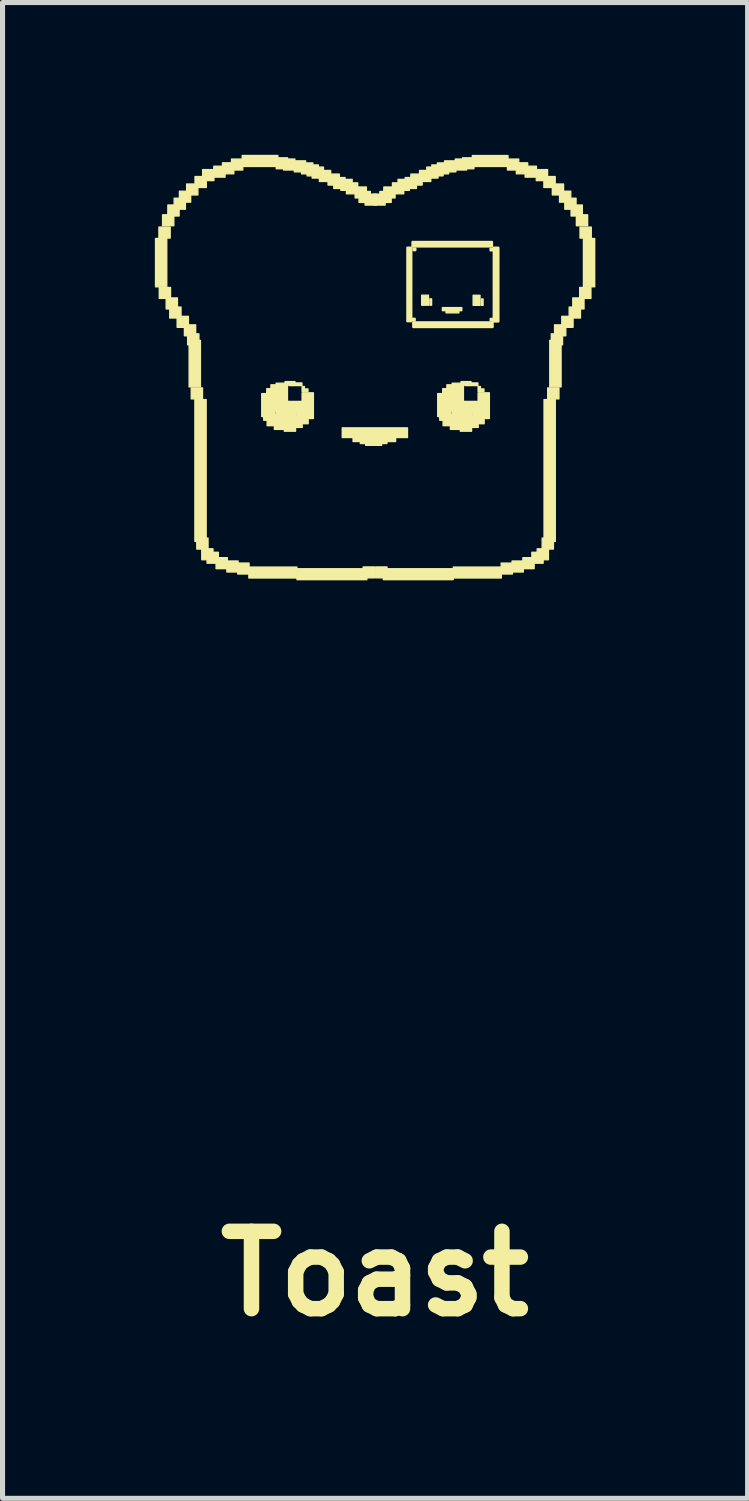
<source format=kicad_pcb>
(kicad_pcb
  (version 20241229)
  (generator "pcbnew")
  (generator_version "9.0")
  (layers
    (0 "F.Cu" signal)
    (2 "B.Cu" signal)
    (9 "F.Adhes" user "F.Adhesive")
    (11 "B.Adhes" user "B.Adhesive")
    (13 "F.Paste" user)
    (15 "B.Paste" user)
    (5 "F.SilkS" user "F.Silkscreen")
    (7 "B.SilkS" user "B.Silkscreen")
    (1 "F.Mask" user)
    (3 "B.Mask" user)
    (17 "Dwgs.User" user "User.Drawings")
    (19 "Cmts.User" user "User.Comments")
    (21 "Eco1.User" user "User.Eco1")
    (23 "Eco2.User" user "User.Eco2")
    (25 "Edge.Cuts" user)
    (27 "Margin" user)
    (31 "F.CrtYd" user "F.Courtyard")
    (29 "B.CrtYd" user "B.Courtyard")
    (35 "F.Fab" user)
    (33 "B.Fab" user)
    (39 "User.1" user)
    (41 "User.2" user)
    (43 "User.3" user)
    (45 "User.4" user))
  (footprint "Toast"
    (layer "F.Cu")
    (at 4.336 4.351)
    (property "Reference" "Toast" (at 0 17.694 0) (layer "F.SilkS") (effects (font (size 1.524 1.524) (thickness 0.305))))
    (fp_poly (pts (xy -4.1 -1.75) (xy -4.322 -1.75) (xy -4.322 -2.702) (xy -4.1 -2.702)) (stroke (width 0.026) (type solid)) (fill yes) (layer "F.SilkS"))
    (fp_poly (pts (xy -4.033 -2.71) (xy -4.255 -2.71) (xy -4.255 -2.927) (xy -4.033 -2.927)) (stroke (width 0.026) (type solid)) (fill yes) (layer "F.SilkS"))
    (fp_poly (pts (xy -4.026 -1.521) (xy -4.248 -1.521) (xy -4.248 -1.737) (xy -4.026 -1.737)) (stroke (width 0.026) (type solid)) (fill yes) (layer "F.SilkS"))
    (fp_poly (pts (xy -3.961 -2.953) (xy -4.183 -2.953) (xy -4.183 -3.169) (xy -3.961 -3.169)) (stroke (width 0.026) (type solid)) (fill yes) (layer "F.SilkS"))
    (fp_poly (pts (xy -3.89 -1.314) (xy -4.112 -1.314) (xy -4.112 -1.531) (xy -3.89 -1.531)) (stroke (width 0.026) (type solid)) (fill yes) (layer "F.SilkS"))
    (fp_poly (pts (xy -3.857 -3.145) (xy -4.079 -3.145) (xy -4.079 -3.362) (xy -3.857 -3.362)) (stroke (width 0.026) (type solid)) (fill yes) (layer "F.SilkS"))
    (fp_poly (pts (xy -3.819 -1.135) (xy -4.042 -1.135) (xy -4.042 -1.351) (xy -3.819 -1.351)) (stroke (width 0.026) (type solid)) (fill yes) (layer "F.SilkS"))
    (fp_poly (pts (xy -3.733 -3.279) (xy -3.955 -3.279) (xy -3.955 -3.496) (xy -3.733 -3.496)) (stroke (width 0.026) (type solid)) (fill yes) (layer "F.SilkS"))
    (fp_poly (pts (xy -3.674 -0.952) (xy -3.896 -0.952) (xy -3.896 -1.169) (xy -3.674 -1.169)) (stroke (width 0.026) (type solid)) (fill yes) (layer "F.SilkS"))
    (fp_poly (pts (xy -3.629 -3.418) (xy -3.851 -3.418) (xy -3.851 -3.634) (xy -3.629 -3.634)) (stroke (width 0.026) (type solid)) (fill yes) (layer "F.SilkS"))
    (fp_poly (pts (xy -3.531 -0.785) (xy -3.753 -0.785) (xy -3.753 -1.001) (xy -3.531 -1.001)) (stroke (width 0.026) (type solid)) (fill yes) (layer "F.SilkS"))
    (fp_poly (pts (xy -3.487 -3.56) (xy -3.709 -3.56) (xy -3.709 -3.776) (xy -3.487 -3.776)) (stroke (width 0.026) (type solid)) (fill yes) (layer "F.SilkS"))
    (fp_poly (pts (xy -3.467 -0.607) (xy -3.689 -0.607) (xy -3.689 -0.823) (xy -3.467 -0.823)) (stroke (width 0.026) (type solid)) (fill yes) (layer "F.SilkS"))
    (fp_poly (pts (xy -3.437 0.222) (xy -3.66 0.222) (xy -3.66 -0.694) (xy -3.437 -0.694)) (stroke (width 0.026) (type solid)) (fill yes) (layer "F.SilkS"))
    (fp_poly (pts (xy -3.396 0.458) (xy -3.618 0.458) (xy -3.618 0.242) (xy -3.396 0.242)) (stroke (width 0.026) (type solid)) (fill yes) (layer "F.SilkS"))
    (fp_poly (pts (xy -3.324 3.267) (xy -3.546 3.267) (xy -3.546 0.472) (xy -3.324 0.472)) (stroke (width 0.026) (type solid)) (fill yes) (layer "F.SilkS"))
    (fp_poly (pts (xy -3.321 -3.707) (xy -3.544 -3.707) (xy -3.544 -3.923) (xy -3.321 -3.923)) (stroke (width 0.026) (type solid)) (fill yes) (layer "F.SilkS"))
    (fp_poly (pts (xy -3.287 3.417) (xy -3.509 3.417) (xy -3.509 3.201) (xy -3.287 3.201)) (stroke (width 0.026) (type solid)) (fill yes) (layer "F.SilkS"))
    (fp_poly (pts (xy -3.189 3.628) (xy -3.411 3.628) (xy -3.411 3.412) (xy -3.189 3.412)) (stroke (width 0.026) (type solid)) (fill yes) (layer "F.SilkS"))
    (fp_poly (pts (xy -3.171 -3.842) (xy -3.394 -3.842) (xy -3.394 -4.059) (xy -3.171 -4.059)) (stroke (width 0.026) (type solid)) (fill yes) (layer "F.SilkS"))
    (fp_poly (pts (xy -3.084 3.696) (xy -3.306 3.696) (xy -3.306 3.48) (xy -3.084 3.48)) (stroke (width 0.026) (type solid)) (fill yes) (layer "F.SilkS"))
    (fp_poly (pts (xy -2.952 -3.911) (xy -3.174 -3.911) (xy -3.174 -4.127) (xy -2.952 -4.127)) (stroke (width 0.026) (type solid)) (fill yes) (layer "F.SilkS"))
    (fp_poly (pts (xy -2.907 3.803) (xy -3.129 3.803) (xy -3.129 3.587) (xy -2.907 3.587)) (stroke (width 0.026) (type solid)) (fill yes) (layer "F.SilkS"))
    (fp_poly (pts (xy -2.779 -3.977) (xy -3.002 -3.977) (xy -3.002 -4.194) (xy -2.779 -4.194)) (stroke (width 0.026) (type solid)) (fill yes) (layer "F.SilkS"))
    (fp_poly (pts (xy -2.694 3.869) (xy -2.916 3.869) (xy -2.916 3.652) (xy -2.694 3.652)) (stroke (width 0.026) (type solid)) (fill yes) (layer "F.SilkS"))
    (fp_poly (pts (xy -2.603 -4.051) (xy -2.825 -4.051) (xy -2.825 -4.267) (xy -2.603 -4.267)) (stroke (width 0.026) (type solid)) (fill yes) (layer "F.SilkS"))
    (fp_poly (pts (xy -2.479 3.909) (xy -2.702 3.909) (xy -2.702 3.693) (xy -2.479 3.693)) (stroke (width 0.026) (type solid)) (fill yes) (layer "F.SilkS"))
    (fp_poly (pts (xy -2.007 0.807) (xy -2.229 0.807) (xy -2.229 0.354) (xy -2.007 0.354)) (stroke (width 0.026) (type solid)) (fill yes) (layer "F.SilkS"))
    (fp_poly (pts (xy -1.967 0.879) (xy -2.19 0.879) (xy -2.19 0.663) (xy -1.967 0.663)) (stroke (width 0.026) (type solid)) (fill yes) (layer "F.SilkS"))
    (fp_poly (pts (xy -1.911 -4.121) (xy -2.614 -4.121) (xy -2.614 -4.338) (xy -1.911 -4.338)) (stroke (width 0.026) (type solid)) (fill yes) (layer "F.SilkS"))
    (fp_poly (pts (xy -1.908 0.473) (xy -2.13 0.473) (xy -2.13 0.257) (xy -1.908 0.257)) (stroke (width 0.026) (type solid)) (fill yes) (layer "F.SilkS"))
    (fp_poly (pts (xy -1.901 0.986) (xy -2.123 0.986) (xy -2.123 0.77) (xy -1.901 0.77)) (stroke (width 0.026) (type solid)) (fill yes) (layer "F.SilkS"))
    (fp_poly (pts (xy -1.856 0.694) (xy -2.078 0.694) (xy -2.078 0.478) (xy -1.856 0.478)) (stroke (width 0.026) (type solid)) (fill yes) (layer "F.SilkS"))
    (fp_poly (pts (xy -1.826 0.397) (xy -2.048 0.397) (xy -2.048 0.181) (xy -1.826 0.181)) (stroke (width 0.026) (type solid)) (fill yes) (layer "F.SilkS"))
    (fp_poly (pts (xy -1.757 1.059) (xy -1.98 1.059) (xy -1.98 0.843) (xy -1.757 0.843)) (stroke (width 0.026) (type solid)) (fill yes) (layer "F.SilkS"))
    (fp_poly (pts (xy -1.722 0.801) (xy -1.945 0.801) (xy -1.945 0.149) (xy -1.722 0.149)) (stroke (width 0.026) (type solid)) (fill yes) (layer "F.SilkS"))
    (fp_poly (pts (xy -1.72 -4.076) (xy -1.943 -4.076) (xy -1.943 -4.292) (xy -1.72 -4.292)) (stroke (width 0.026) (type solid)) (fill yes) (layer "F.SilkS"))
    (fp_poly (pts (xy -1.68 0.919) (xy -1.902 0.919) (xy -1.902 0.703) (xy -1.68 0.703)) (stroke (width 0.026) (type solid)) (fill yes) (layer "F.SilkS"))
    (fp_poly (pts (xy -1.576 -4.052) (xy -1.799 -4.052) (xy -1.799 -4.268) (xy -1.576 -4.268)) (stroke (width 0.026) (type solid)) (fill yes) (layer "F.SilkS"))
    (fp_poly (pts (xy -1.574 0.169) (xy -1.769 0.169) (xy -1.769 0.118) (xy -1.574 0.118)) (stroke (width 0.026) (type solid)) (fill yes) (layer "F.SilkS"))
    (fp_poly (pts (xy -1.562 1.095) (xy -1.784 1.095) (xy -1.784 0.879) (xy -1.562 0.879)) (stroke (width 0.026) (type solid)) (fill yes) (layer "F.SilkS"))
    (fp_poly (pts (xy -1.553 0.889) (xy -1.775 0.889) (xy -1.775 0.673) (xy -1.553 0.673)) (stroke (width 0.026) (type solid)) (fill yes) (layer "F.SilkS"))
    (fp_poly (pts (xy -1.537 3.987) (xy -2.483 3.987) (xy -2.483 3.771) (xy -1.537 3.771)) (stroke (width 0.026) (type solid)) (fill yes) (layer "F.SilkS"))
    (fp_poly (pts (xy -1.437 0.196) (xy -1.696 0.196) (xy -1.696 0.144) (xy -1.437 0.144)) (stroke (width 0.026) (type solid)) (fill yes) (layer "F.SilkS"))
    (fp_poly (pts (xy -1.432 1.02) (xy -1.654 1.02) (xy -1.654 0.803) (xy -1.432 0.803)) (stroke (width 0.026) (type solid)) (fill yes) (layer "F.SilkS"))
    (fp_poly (pts (xy -1.388 0.312) (xy -1.434 0.312) (xy -1.434 0.215) (xy -1.388 0.215)) (stroke (width 0.026) (type solid)) (fill yes) (layer "F.SilkS"))
    (fp_poly (pts (xy -1.364 -4.015) (xy -1.587 -4.015) (xy -1.587 -4.231) (xy -1.364 -4.231)) (stroke (width 0.026) (type solid)) (fill yes) (layer "F.SilkS"))
    (fp_poly (pts (xy -1.318 0.314) (xy -1.364 0.314) (xy -1.364 0.262) (xy -1.318 0.262)) (stroke (width 0.026) (type solid)) (fill yes) (layer "F.SilkS"))
    (fp_poly (pts (xy -1.314 0.948) (xy -1.537 0.948) (xy -1.537 0.732) (xy -1.314 0.732)) (stroke (width 0.026) (type solid)) (fill yes) (layer "F.SilkS"))
    (fp_poly (pts (xy -1.282 0.724) (xy -1.863 0.724) (xy -1.863 0.508) (xy -1.282 0.508)) (stroke (width 0.026) (type solid)) (fill yes) (layer "F.SilkS"))
    (fp_poly (pts (xy -1.222 -3.975) (xy -1.444 -3.975) (xy -1.444 -4.191) (xy -1.222 -4.191)) (stroke (width 0.026) (type solid)) (fill yes) (layer "F.SilkS"))
    (fp_poly (pts (xy -1.211 0.845) (xy -1.434 0.845) (xy -1.434 0.338) (xy -1.211 0.338)) (stroke (width 0.026) (type solid)) (fill yes) (layer "F.SilkS"))
    (fp_poly (pts (xy -1.113 -3.936) (xy -1.335 -3.936) (xy -1.335 -4.152) (xy -1.113 -4.152)) (stroke (width 0.026) (type solid)) (fill yes) (layer "F.SilkS"))
    (fp_poly (pts (xy -1.013 -3.892) (xy -1.235 -3.892) (xy -1.235 -4.109) (xy -1.013 -4.109)) (stroke (width 0.026) (type solid)) (fill yes) (layer "F.SilkS"))
    (fp_poly (pts (xy -0.871 -3.826) (xy -1.093 -3.826) (xy -1.093 -4.042) (xy -0.871 -4.042)) (stroke (width 0.026) (type solid)) (fill yes) (layer "F.SilkS"))
    (fp_poly (pts (xy -0.7 -3.755) (xy -0.923 -3.755) (xy -0.923 -3.971) (xy -0.7 -3.971)) (stroke (width 0.026) (type solid)) (fill yes) (layer "F.SilkS"))
    (fp_poly (pts (xy -0.588 -3.687) (xy -0.81 -3.687) (xy -0.81 -3.903) (xy -0.588 -3.903)) (stroke (width 0.026) (type solid)) (fill yes) (layer "F.SilkS"))
    (fp_poly (pts (xy -0.447 -3.651) (xy -0.67 -3.651) (xy -0.67 -3.867) (xy -0.447 -3.867)) (stroke (width 0.026) (type solid)) (fill yes) (layer "F.SilkS"))
    (fp_poly (pts (xy -0.338 -3.582) (xy -0.56 -3.582) (xy -0.56 -3.798) (xy -0.338 -3.798)) (stroke (width 0.026) (type solid)) (fill yes) (layer "F.SilkS"))
    (fp_poly (pts (xy -0.167 -3.501) (xy -0.389 -3.501) (xy -0.389 -3.717) (xy -0.167 -3.717)) (stroke (width 0.026) (type solid)) (fill yes) (layer "F.SilkS"))
    (fp_poly (pts (xy -0.158 4.02) (xy -1.535 4.02) (xy -1.535 3.804) (xy -0.158 3.804)) (stroke (width 0.026) (type solid)) (fill yes) (layer "F.SilkS"))
    (fp_poly (pts (xy -0.09 -3.413) (xy -0.312 -3.413) (xy -0.312 -3.629) (xy -0.09 -3.629)) (stroke (width 0.026) (type solid)) (fill yes) (layer "F.SilkS"))
    (fp_poly (pts (xy -0.007 3.985) (xy -0.23 3.985) (xy -0.23 3.769) (xy -0.007 3.769)) (stroke (width 0.026) (type solid)) (fill yes) (layer "F.SilkS"))
    (fp_poly (pts (xy 0.029 -3.36) (xy -0.193 -3.36) (xy -0.193 -3.576) (xy 0.029 -3.576)) (stroke (width 0.026) (type solid)) (fill yes) (layer "F.SilkS"))
    (fp_poly (pts (xy 0.133 1.373) (xy -0.182 1.373) (xy -0.182 1.295) (xy 0.133 1.295)) (stroke (width 0.026) (type solid)) (fill yes) (layer "F.SilkS"))
    (fp_poly (pts (xy 0.202 -3.36) (xy -0.02 -3.36) (xy -0.02 -3.576) (xy 0.202 -3.576)) (stroke (width 0.026) (type solid)) (fill yes) (layer "F.SilkS"))
    (fp_poly (pts (xy 0.238 1.338) (xy -0.287 1.338) (xy -0.287 1.263) (xy 0.238 1.263)) (stroke (width 0.026) (type solid)) (fill yes) (layer "F.SilkS"))
    (fp_poly (pts (xy 0.239 3.985) (xy 0.016 3.985) (xy 0.016 3.769) (xy 0.239 3.769)) (stroke (width 0.026) (type solid)) (fill yes) (layer "F.SilkS"))
    (fp_poly (pts (xy 0.321 -3.413) (xy 0.099 -3.413) (xy 0.099 -3.629) (xy 0.321 -3.629)) (stroke (width 0.026) (type solid)) (fill yes) (layer "F.SilkS"))
    (fp_poly (pts (xy 0.398 -3.501) (xy 0.176 -3.501) (xy 0.176 -3.717) (xy 0.398 -3.717)) (stroke (width 0.026) (type solid)) (fill yes) (layer "F.SilkS"))
    (fp_poly (pts (xy 0.409 1.298) (xy -0.43 1.298) (xy -0.43 1.225) (xy 0.409 1.225)) (stroke (width 0.026) (type solid)) (fill yes) (layer "F.SilkS"))
    (fp_poly (pts (xy 0.569 -3.582) (xy 0.347 -3.582) (xy 0.347 -3.798) (xy 0.569 -3.798)) (stroke (width 0.026) (type solid)) (fill yes) (layer "F.SilkS"))
    (fp_poly (pts (xy 0.643 1.22) (xy -0.643 1.22) (xy -0.643 1.029) (xy 0.643 1.029)) (stroke (width 0.026) (type solid)) (fill yes) (layer "F.SilkS"))
    (fp_poly (pts (xy 0.679 -3.651) (xy 0.456 -3.651) (xy 0.456 -3.867) (xy 0.679 -3.867)) (stroke (width 0.026) (type solid)) (fill yes) (layer "F.SilkS"))
    (fp_poly (pts (xy 0.717 -1.073) (xy 0.641 -1.073) (xy 0.641 -2.521) (xy 0.717 -2.521)) (stroke (width 0.046) (type solid)) (fill yes) (layer "F.SilkS"))
    (fp_poly (pts (xy 0.785 -1.089) (xy 0.75 -1.089) (xy 0.75 -1.12) (xy 0.785 -1.12)) (stroke (width 0.046) (type solid)) (fill yes) (layer "F.SilkS"))
    (fp_poly (pts (xy 0.797 -2.472) (xy 0.761 -2.472) (xy 0.761 -2.504) (xy 0.797 -2.504)) (stroke (width 0.046) (type solid)) (fill yes) (layer "F.SilkS"))
    (fp_poly (pts (xy 0.819 -3.687) (xy 0.597 -3.687) (xy 0.597 -3.903) (xy 0.819 -3.903)) (stroke (width 0.026) (type solid)) (fill yes) (layer "F.SilkS"))
    (fp_poly (pts (xy 0.932 -3.755) (xy 0.709 -3.755) (xy 0.709 -3.971) (xy 0.932 -3.971)) (stroke (width 0.026) (type solid)) (fill yes) (layer "F.SilkS"))
    (fp_poly (pts (xy 1.057 -1.387) (xy 0.922 -1.387) (xy 0.922 -1.585) (xy 1.057 -1.585)) (stroke (width 0.026) (type solid)) (fill yes) (layer "F.SilkS"))
    (fp_poly (pts (xy 1.102 -3.826) (xy 0.88 -3.826) (xy 0.88 -4.042) (xy 1.102 -4.042)) (stroke (width 0.026) (type solid)) (fill yes) (layer "F.SilkS"))
    (fp_poly (pts (xy 1.118 -1.387) (xy 1.084 -1.387) (xy 1.084 -1.513) (xy 1.118 -1.513)) (stroke (width 0.026) (type solid)) (fill yes) (layer "F.SilkS"))
    (fp_poly (pts (xy 1.244 -3.892) (xy 1.022 -3.892) (xy 1.022 -4.109) (xy 1.244 -4.109)) (stroke (width 0.026) (type solid)) (fill yes) (layer "F.SilkS"))
    (fp_poly (pts (xy 1.344 -3.936) (xy 1.122 -3.936) (xy 1.122 -4.152) (xy 1.344 -4.152)) (stroke (width 0.026) (type solid)) (fill yes) (layer "F.SilkS"))
    (fp_poly (pts (xy 1.453 -3.975) (xy 1.231 -3.975) (xy 1.231 -4.191) (xy 1.453 -4.191)) (stroke (width 0.026) (type solid)) (fill yes) (layer "F.SilkS"))
    (fp_poly (pts (xy 1.46 0.807) (xy 1.238 0.807) (xy 1.238 0.354) (xy 1.46 0.354)) (stroke (width 0.026) (type solid)) (fill yes) (layer "F.SilkS"))
    (fp_poly (pts (xy 1.5 0.879) (xy 1.278 0.879) (xy 1.278 0.663) (xy 1.5 0.663)) (stroke (width 0.026) (type solid)) (fill yes) (layer "F.SilkS"))
    (fp_poly (pts (xy 1.544 4.02) (xy 0.167 4.02) (xy 0.167 3.804) (xy 1.544 3.804)) (stroke (width 0.026) (type solid)) (fill yes) (layer "F.SilkS"))
    (fp_poly (pts (xy 1.559 0.473) (xy 1.337 0.473) (xy 1.337 0.257) (xy 1.559 0.257)) (stroke (width 0.026) (type solid)) (fill yes) (layer "F.SilkS"))
    (fp_poly (pts (xy 1.566 0.986) (xy 1.344 0.986) (xy 1.344 0.77) (xy 1.566 0.77)) (stroke (width 0.026) (type solid)) (fill yes) (layer "F.SilkS"))
    (fp_poly (pts (xy 1.596 -4.015) (xy 1.373 -4.015) (xy 1.373 -4.231) (xy 1.596 -4.231)) (stroke (width 0.026) (type solid)) (fill yes) (layer "F.SilkS"))
    (fp_poly (pts (xy 1.611 0.694) (xy 1.389 0.694) (xy 1.389 0.478) (xy 1.611 0.478)) (stroke (width 0.026) (type solid)) (fill yes) (layer "F.SilkS"))
    (fp_poly (pts (xy 1.641 0.397) (xy 1.419 0.397) (xy 1.419 0.181) (xy 1.641 0.181)) (stroke (width 0.026) (type solid)) (fill yes) (layer "F.SilkS"))
    (fp_poly (pts (xy 1.655 -1.237) (xy 1.402 -1.237) (xy 1.402 -1.268) (xy 1.655 -1.268)) (stroke (width 0.026) (type solid)) (fill yes) (layer "F.SilkS"))
    (fp_poly (pts (xy 1.71 1.059) (xy 1.488 1.059) (xy 1.488 0.843) (xy 1.71 0.843)) (stroke (width 0.026) (type solid)) (fill yes) (layer "F.SilkS"))
    (fp_poly (pts (xy 1.713 -1.28) (xy 1.33 -1.28) (xy 1.33 -1.34) (xy 1.713 -1.34)) (stroke (width 0.026) (type solid)) (fill yes) (layer "F.SilkS"))
    (fp_poly (pts (xy 1.745 0.801) (xy 1.523 0.801) (xy 1.523 0.149) (xy 1.745 0.149)) (stroke (width 0.026) (type solid)) (fill yes) (layer "F.SilkS"))
    (fp_poly (pts (xy 1.788 0.919) (xy 1.566 0.919) (xy 1.566 0.703) (xy 1.788 0.703)) (stroke (width 0.026) (type solid)) (fill yes) (layer "F.SilkS"))
    (fp_poly (pts (xy 1.808 -4.052) (xy 1.585 -4.052) (xy 1.585 -4.268) (xy 1.808 -4.268)) (stroke (width 0.026) (type solid)) (fill yes) (layer "F.SilkS"))
    (fp_poly (pts (xy 1.894 0.169) (xy 1.698 0.169) (xy 1.698 0.118) (xy 1.894 0.118)) (stroke (width 0.026) (type solid)) (fill yes) (layer "F.SilkS"))
    (fp_poly (pts (xy 1.906 1.095) (xy 1.683 1.095) (xy 1.683 0.879) (xy 1.906 0.879)) (stroke (width 0.026) (type solid)) (fill yes) (layer "F.SilkS"))
    (fp_poly (pts (xy 1.915 0.889) (xy 1.693 0.889) (xy 1.693 0.673) (xy 1.915 0.673)) (stroke (width 0.026) (type solid)) (fill yes) (layer "F.SilkS"))
    (fp_poly (pts (xy 1.952 -4.076) (xy 1.729 -4.076) (xy 1.729 -4.292) (xy 1.952 -4.292)) (stroke (width 0.026) (type solid)) (fill yes) (layer "F.SilkS"))
    (fp_poly (pts (xy 2.03 0.196) (xy 1.771 0.196) (xy 1.771 0.144) (xy 2.03 0.144)) (stroke (width 0.026) (type solid)) (fill yes) (layer "F.SilkS"))
    (fp_poly (pts (xy 2.036 1.02) (xy 1.814 1.02) (xy 1.814 0.803) (xy 2.036 0.803)) (stroke (width 0.026) (type solid)) (fill yes) (layer "F.SilkS"))
    (fp_poly (pts (xy 2.072 -1.385) (xy 1.936 -1.385) (xy 1.936 -1.583) (xy 2.072 -1.583)) (stroke (width 0.026) (type solid)) (fill yes) (layer "F.SilkS"))
    (fp_poly (pts (xy 2.08 0.312) (xy 2.034 0.312) (xy 2.034 0.215) (xy 2.08 0.215)) (stroke (width 0.026) (type solid)) (fill yes) (layer "F.SilkS"))
    (fp_poly (pts (xy 2.132 -1.385) (xy 2.098 -1.385) (xy 2.098 -1.511) (xy 2.132 -1.511)) (stroke (width 0.026) (type solid)) (fill yes) (layer "F.SilkS"))
    (fp_poly (pts (xy 2.149 0.314) (xy 2.103 0.314) (xy 2.103 0.262) (xy 2.149 0.262)) (stroke (width 0.026) (type solid)) (fill yes) (layer "F.SilkS"))
    (fp_poly (pts (xy 2.153 0.948) (xy 1.931 0.948) (xy 1.931 0.732) (xy 2.153 0.732)) (stroke (width 0.026) (type solid)) (fill yes) (layer "F.SilkS"))
    (fp_poly (pts (xy 2.186 0.724) (xy 1.605 0.724) (xy 1.605 0.508) (xy 2.186 0.508)) (stroke (width 0.026) (type solid)) (fill yes) (layer "F.SilkS"))
    (fp_poly (pts (xy 2.256 0.845) (xy 2.034 0.845) (xy 2.034 0.338) (xy 2.256 0.338)) (stroke (width 0.026) (type solid)) (fill yes) (layer "F.SilkS"))
    (fp_poly (pts (xy 2.307 -2.545) (xy 0.742 -2.545) (xy 0.742 -2.634) (xy 2.307 -2.634)) (stroke (width 0.046) (type solid)) (fill yes) (layer "F.SilkS"))
    (fp_poly (pts (xy 2.314 -2.469) (xy 2.279 -2.469) (xy 2.279 -2.5) (xy 2.314 -2.5)) (stroke (width 0.046) (type solid)) (fill yes) (layer "F.SilkS"))
    (fp_poly (pts (xy 2.317 -1.087) (xy 2.282 -1.087) (xy 2.282 -1.118) (xy 2.317 -1.118)) (stroke (width 0.046) (type solid)) (fill yes) (layer "F.SilkS"))
    (fp_poly (pts (xy 2.319 -0.958) (xy 0.757 -0.958) (xy 0.757 -1.05) (xy 2.319 -1.05)) (stroke (width 0.046) (type solid)) (fill yes) (layer "F.SilkS"))
    (fp_poly (pts (xy 2.433 -1.068) (xy 2.343 -1.068) (xy 2.343 -2.52) (xy 2.433 -2.52)) (stroke (width 0.046) (type solid)) (fill yes) (layer "F.SilkS"))
    (fp_poly (pts (xy 2.492 3.987) (xy 1.546 3.987) (xy 1.546 3.771) (xy 2.492 3.771)) (stroke (width 0.026) (type solid)) (fill yes) (layer "F.SilkS"))
    (fp_poly (pts (xy 2.623 -4.121) (xy 1.92 -4.121) (xy 1.92 -4.337) (xy 2.623 -4.337)) (stroke (width 0.026) (type solid)) (fill yes) (layer "F.SilkS"))
    (fp_poly (pts (xy 2.711 3.909) (xy 2.488 3.909) (xy 2.488 3.693) (xy 2.711 3.693)) (stroke (width 0.026) (type solid)) (fill yes) (layer "F.SilkS"))
    (fp_poly (pts (xy 2.834 -4.051) (xy 2.612 -4.051) (xy 2.612 -4.267) (xy 2.834 -4.267)) (stroke (width 0.026) (type solid)) (fill yes) (layer "F.SilkS"))
    (fp_poly (pts (xy 2.925 3.869) (xy 2.703 3.869) (xy 2.703 3.652) (xy 2.925 3.652)) (stroke (width 0.026) (type solid)) (fill yes) (layer "F.SilkS"))
    (fp_poly (pts (xy 3.011 -3.977) (xy 2.788 -3.977) (xy 2.788 -4.193) (xy 3.011 -4.193)) (stroke (width 0.026) (type solid)) (fill yes) (layer "F.SilkS"))
    (fp_poly (pts (xy 3.138 3.803) (xy 2.916 3.803) (xy 2.916 3.587) (xy 3.138 3.587)) (stroke (width 0.026) (type solid)) (fill yes) (layer "F.SilkS"))
    (fp_poly (pts (xy 3.183 -3.911) (xy 2.961 -3.911) (xy 2.961 -4.127) (xy 3.183 -4.127)) (stroke (width 0.026) (type solid)) (fill yes) (layer "F.SilkS"))
    (fp_poly (pts (xy 3.315 3.696) (xy 3.093 3.696) (xy 3.093 3.48) (xy 3.315 3.48)) (stroke (width 0.026) (type solid)) (fill yes) (layer "F.SilkS"))
    (fp_poly (pts (xy 3.403 -3.842) (xy 3.18 -3.842) (xy 3.18 -4.059) (xy 3.403 -4.059)) (stroke (width 0.026) (type solid)) (fill yes) (layer "F.SilkS"))
    (fp_poly (pts (xy 3.42 3.628) (xy 3.198 3.628) (xy 3.198 3.412) (xy 3.42 3.412)) (stroke (width 0.026) (type solid)) (fill yes) (layer "F.SilkS"))
    (fp_poly (pts (xy 3.518 3.417) (xy 3.296 3.417) (xy 3.296 3.201) (xy 3.518 3.201)) (stroke (width 0.026) (type solid)) (fill yes) (layer "F.SilkS"))
    (fp_poly (pts (xy 3.553 -3.707) (xy 3.33 -3.707) (xy 3.33 -3.923) (xy 3.553 -3.923)) (stroke (width 0.026) (type solid)) (fill yes) (layer "F.SilkS"))
    (fp_poly (pts (xy 3.555 3.267) (xy 3.333 3.267) (xy 3.333 0.472) (xy 3.555 0.472)) (stroke (width 0.026) (type solid)) (fill yes) (layer "F.SilkS"))
    (fp_poly (pts (xy 3.627 0.458) (xy 3.405 0.458) (xy 3.405 0.242) (xy 3.627 0.242)) (stroke (width 0.026) (type solid)) (fill yes) (layer "F.SilkS"))
    (fp_poly (pts (xy 3.669 0.222) (xy 3.446 0.222) (xy 3.446 -0.694) (xy 3.669 -0.694)) (stroke (width 0.026) (type solid)) (fill yes) (layer "F.SilkS"))
    (fp_poly (pts (xy 3.698 -0.607) (xy 3.476 -0.607) (xy 3.476 -0.823) (xy 3.698 -0.823)) (stroke (width 0.026) (type solid)) (fill yes) (layer "F.SilkS"))
    (fp_poly (pts (xy 3.718 -3.56) (xy 3.496 -3.56) (xy 3.496 -3.776) (xy 3.718 -3.776)) (stroke (width 0.026) (type solid)) (fill yes) (layer "F.SilkS"))
    (fp_poly (pts (xy 3.762 -0.785) (xy 3.54 -0.785) (xy 3.54 -1.001) (xy 3.762 -1.001)) (stroke (width 0.026) (type solid)) (fill yes) (layer "F.SilkS"))
    (fp_poly (pts (xy 3.86 -3.418) (xy 3.638 -3.418) (xy 3.638 -3.634) (xy 3.86 -3.634)) (stroke (width 0.026) (type solid)) (fill yes) (layer "F.SilkS"))
    (fp_poly (pts (xy 3.905 -0.952) (xy 3.683 -0.952) (xy 3.683 -1.169) (xy 3.905 -1.169)) (stroke (width 0.026) (type solid)) (fill yes) (layer "F.SilkS"))
    (fp_poly (pts (xy 3.964 -3.279) (xy 3.742 -3.279) (xy 3.742 -3.496) (xy 3.964 -3.496)) (stroke (width 0.026) (type solid)) (fill yes) (layer "F.SilkS"))
    (fp_poly (pts (xy 4.051 -1.135) (xy 3.828 -1.135) (xy 3.828 -1.351) (xy 4.051 -1.351)) (stroke (width 0.026) (type solid)) (fill yes) (layer "F.SilkS"))
    (fp_poly (pts (xy 4.088 -3.145) (xy 3.866 -3.145) (xy 3.866 -3.362) (xy 4.088 -3.362)) (stroke (width 0.026) (type solid)) (fill yes) (layer "F.SilkS"))
    (fp_poly (pts (xy 4.121 -1.314) (xy 3.899 -1.314) (xy 3.899 -1.531) (xy 4.121 -1.531)) (stroke (width 0.026) (type solid)) (fill yes) (layer "F.SilkS"))
    (fp_poly (pts (xy 4.192 -2.953) (xy 3.97 -2.953) (xy 3.97 -3.169) (xy 4.192 -3.169)) (stroke (width 0.026) (type solid)) (fill yes) (layer "F.SilkS"))
    (fp_poly (pts (xy 4.257 -1.521) (xy 4.035 -1.521) (xy 4.035 -1.737) (xy 4.257 -1.737)) (stroke (width 0.026) (type solid)) (fill yes) (layer "F.SilkS"))
    (fp_poly (pts (xy 4.264 -2.71) (xy 4.042 -2.71) (xy 4.042 -2.927) (xy 4.264 -2.927)) (stroke (width 0.026) (type solid)) (fill yes) (layer "F.SilkS"))
    (fp_poly (pts (xy 4.331 -1.75) (xy 4.109 -1.75) (xy 4.109 -2.702) (xy 4.331 -2.702)) (stroke (width 0.026) (type solid)) (fill yes) (layer "F.SilkS")))
  (gr_rect
    (start -3 -3)
    (end 11.68 26.471)
    (stroke (width 0.1) (type default))
    (fill no)
    (layer "Edge.Cuts")))
</source>
